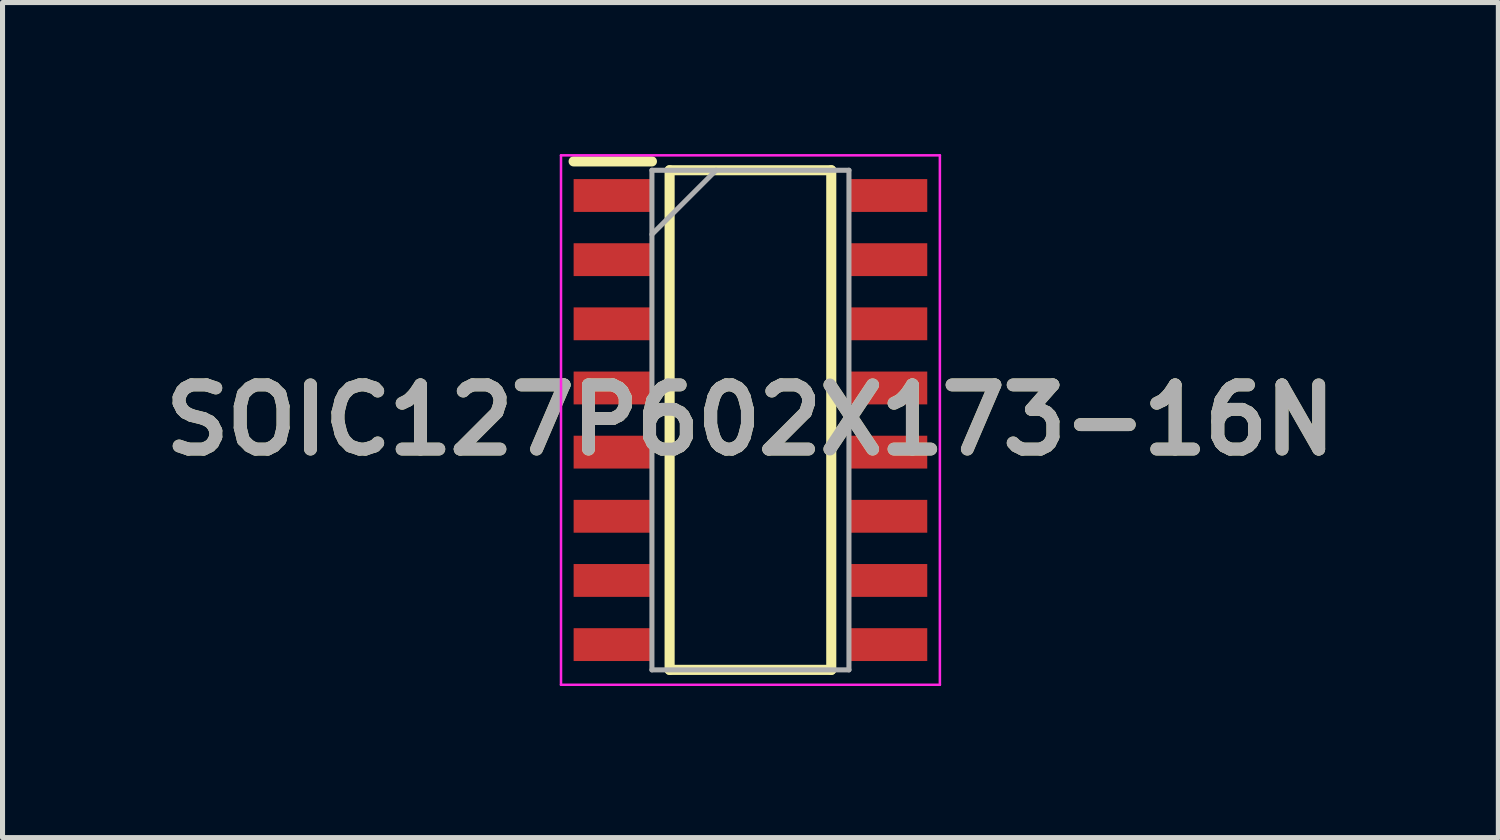
<source format=kicad_pcb>
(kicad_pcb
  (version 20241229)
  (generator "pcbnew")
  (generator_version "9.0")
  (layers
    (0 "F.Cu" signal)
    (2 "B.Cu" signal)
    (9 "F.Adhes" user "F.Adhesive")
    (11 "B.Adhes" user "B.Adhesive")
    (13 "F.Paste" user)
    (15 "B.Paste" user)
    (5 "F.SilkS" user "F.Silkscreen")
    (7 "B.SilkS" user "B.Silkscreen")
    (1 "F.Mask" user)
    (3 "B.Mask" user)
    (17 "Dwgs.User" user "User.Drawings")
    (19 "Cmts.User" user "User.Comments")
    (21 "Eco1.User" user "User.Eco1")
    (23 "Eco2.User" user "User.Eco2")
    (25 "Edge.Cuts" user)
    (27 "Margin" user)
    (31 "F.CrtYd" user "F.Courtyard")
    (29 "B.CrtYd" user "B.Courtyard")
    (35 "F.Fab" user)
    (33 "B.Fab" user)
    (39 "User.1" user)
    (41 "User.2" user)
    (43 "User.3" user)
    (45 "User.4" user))
  (footprint "SOIC127P602X173-16N"
    (layer "F.Cu")
    (at 11.805 5.265)
    (property "Reference" "SOIC127P602X173-16N" (at 0 0 0) (layer "F.SilkS") (effects (font (size 1.27 1.27) (thickness 0.254))))
    (attr smd)
    (fp_line (start -3.5 -5.12) (end -1.95 -5.12) (stroke (width 0.2) (type solid)) (layer "F.SilkS"))
    (fp_line (start -1.6 -4.945) (end 1.6 -4.945) (stroke (width 0.2) (type solid)) (layer "F.SilkS"))
    (fp_line (start -1.6 4.945) (end -1.6 -4.945) (stroke (width 0.2) (type solid)) (layer "F.SilkS"))
    (fp_line (start 1.6 -4.945) (end 1.6 4.945) (stroke (width 0.2) (type solid)) (layer "F.SilkS"))
    (fp_line (start 1.6 4.945) (end -1.6 4.945) (stroke (width 0.2) (type solid)) (layer "F.SilkS"))
    (fp_line (start -3.75 -5.24) (end 3.75 -5.24) (stroke (width 0.05) (type solid)) (layer "F.CrtYd"))
    (fp_line (start -3.75 5.24) (end -3.75 -5.24) (stroke (width 0.05) (type solid)) (layer "F.CrtYd"))
    (fp_line (start 3.75 -5.24) (end 3.75 5.24) (stroke (width 0.05) (type solid)) (layer "F.CrtYd"))
    (fp_line (start 3.75 5.24) (end -3.75 5.24) (stroke (width 0.05) (type solid)) (layer "F.CrtYd"))
    (fp_line (start -1.95 -4.945) (end 1.95 -4.945) (stroke (width 0.1) (type solid)) (layer "F.Fab"))
    (fp_line (start -1.95 -3.675) (end -0.68 -4.945) (stroke (width 0.1) (type solid)) (layer "F.Fab"))
    (fp_line (start -1.95 4.945) (end -1.95 -4.945) (stroke (width 0.1) (type solid)) (layer "F.Fab"))
    (fp_line (start 1.95 -4.945) (end 1.95 4.945) (stroke (width 0.1) (type solid)) (layer "F.Fab"))
    (fp_line (start 1.95 4.945) (end -1.95 4.945) (stroke (width 0.1) (type solid)) (layer "F.Fab"))
    (fp_text user "${REFERENCE}" (at 0 0 0) (layer "F.Fab") (effects (font (size 1.27 1.27) (thickness 0.254))))
    (pad "1" smd rect (at -2.725 -4.445 90) (size 0.65 1.55) (layers "F.Cu" "F.Mask" "F.Paste"))
    (pad "2" smd rect (at -2.725 -3.175 90) (size 0.65 1.55) (layers "F.Cu" "F.Mask" "F.Paste"))
    (pad "3" smd rect (at -2.725 -1.905 90) (size 0.65 1.55) (layers "F.Cu" "F.Mask" "F.Paste"))
    (pad "4" smd rect (at -2.725 -0.635 90) (size 0.65 1.55) (layers "F.Cu" "F.Mask" "F.Paste"))
    (pad "5" smd rect (at -2.725 0.635 90) (size 0.65 1.55) (layers "F.Cu" "F.Mask" "F.Paste"))
    (pad "6" smd rect (at -2.725 1.905 90) (size 0.65 1.55) (layers "F.Cu" "F.Mask" "F.Paste"))
    (pad "7" smd rect (at -2.725 3.175 90) (size 0.65 1.55) (layers "F.Cu" "F.Mask" "F.Paste"))
    (pad "8" smd rect (at -2.725 4.445 90) (size 0.65 1.55) (layers "F.Cu" "F.Mask" "F.Paste"))
    (pad "9" smd rect (at 2.725 4.445 90) (size 0.65 1.55) (layers "F.Cu" "F.Mask" "F.Paste"))
    (pad "10" smd rect (at 2.725 3.175 90) (size 0.65 1.55) (layers "F.Cu" "F.Mask" "F.Paste"))
    (pad "11" smd rect (at 2.725 1.905 90) (size 0.65 1.55) (layers "F.Cu" "F.Mask" "F.Paste"))
    (pad "12" smd rect (at 2.725 0.635 90) (size 0.65 1.55) (layers "F.Cu" "F.Mask" "F.Paste"))
    (pad "13" smd rect (at 2.725 -0.635 90) (size 0.65 1.55) (layers "F.Cu" "F.Mask" "F.Paste"))
    (pad "14" smd rect (at 2.725 -1.905 90) (size 0.65 1.55) (layers "F.Cu" "F.Mask" "F.Paste"))
    (pad "15" smd rect (at 2.725 -3.175 90) (size 0.65 1.55) (layers "F.Cu" "F.Mask" "F.Paste"))
    (pad "16" smd rect (at 2.725 -4.445 90) (size 0.65 1.55) (layers "F.Cu" "F.Mask" "F.Paste")))
  (gr_rect
    (start -3 -3)
    (end 26.61 13.53)
    (stroke (width 0.1) (type default))
    (fill no)
    (layer "Edge.Cuts")))
</source>
